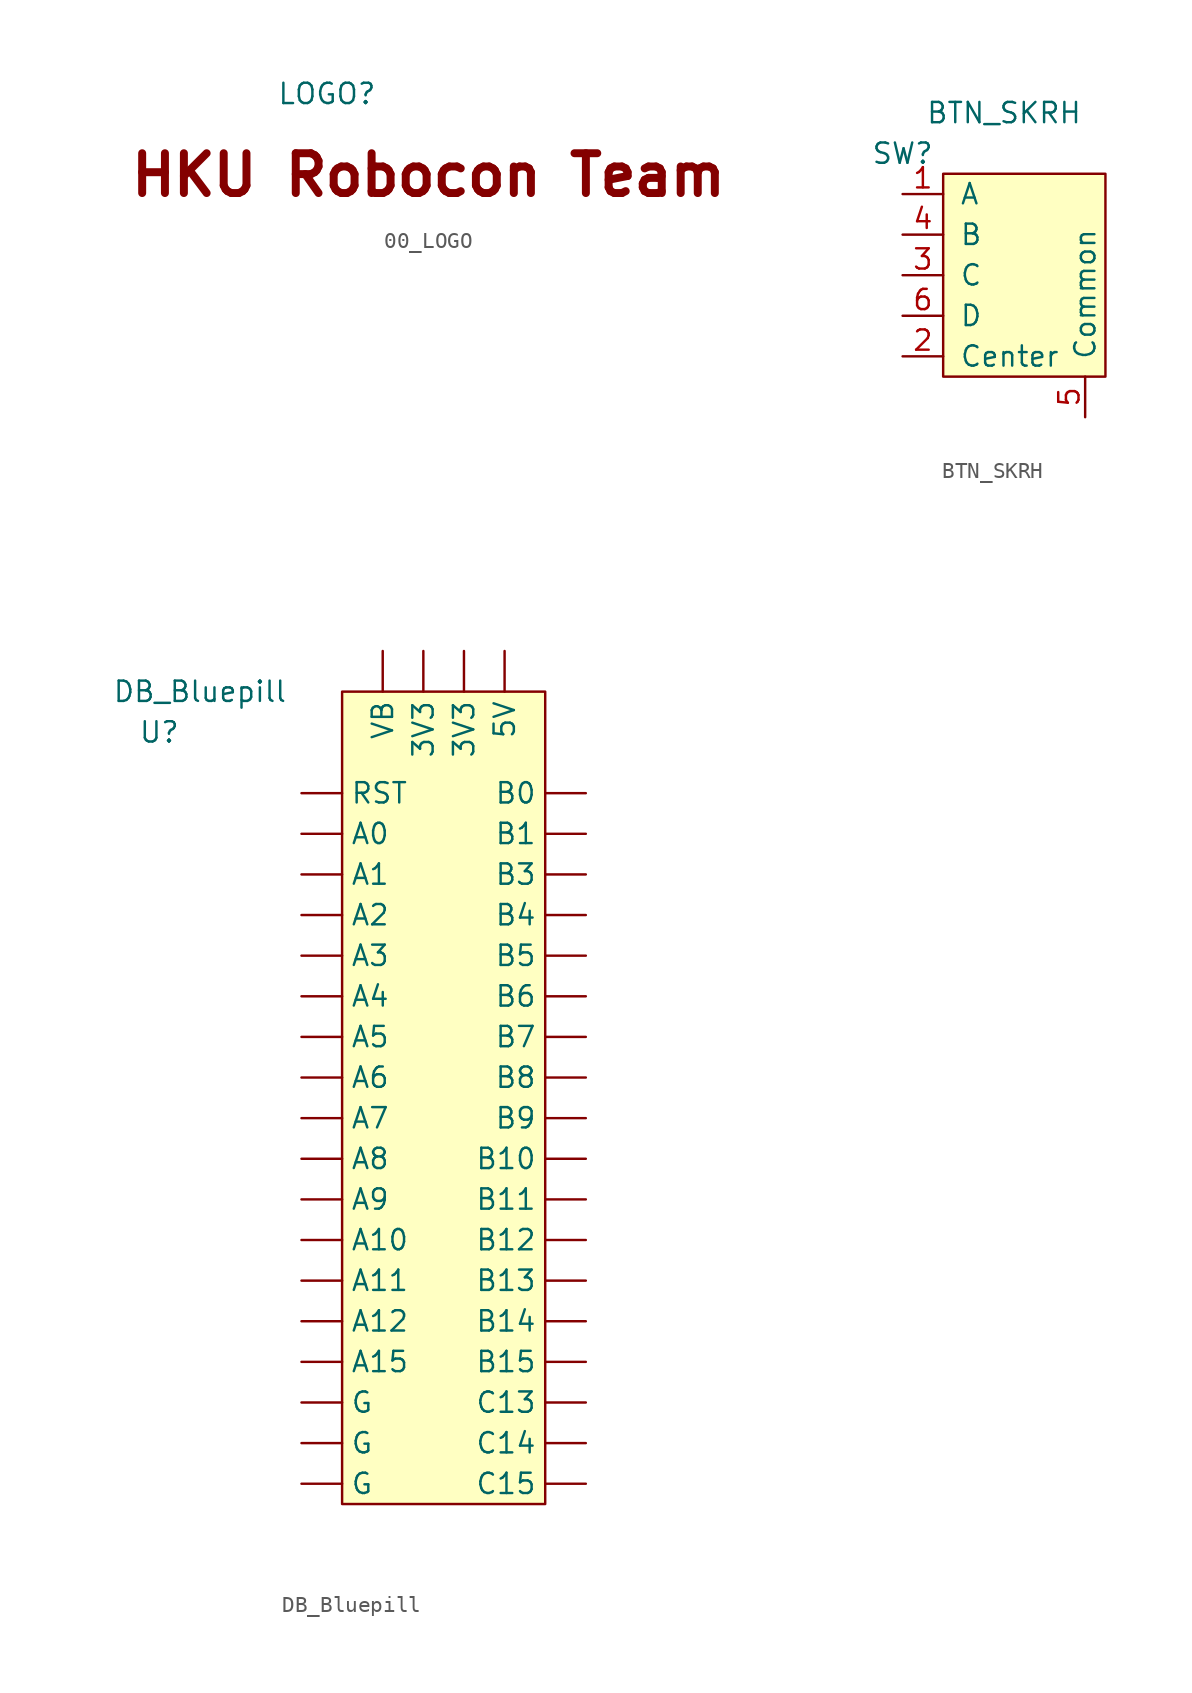
<source format=kicad_sym>
(kicad_symbol_lib
  (version 20211014)
  (generator kicad_symbol_editor)
  (symbol "00_LOGO"
    (pin_names
      (offset 1.016))
    (property "Reference" "LOGO"
      (at 0 0 0)
      (effects (font (size 1.27 1.27))))
    (symbol "00_LOGO_0_0"
      (text "HKU Robocon Team" (at 6.35 -5.08 0) (effects (font (size 2.489 2.489) bold)))))
  (symbol "BTN_SKRH"
    (pin_names
      (offset 1.016))
    (property "Reference" "SW"
      (at 0 0 0)
      (effects (font (size 1.27 1.27))))
    (property "Value" "BTN_SKRH"
      (at 6.35 2.54 0)
      (effects (font (size 1.27 1.27))))
    (symbol "BTN_SKRH_0_1"
      (rectangle (start 2.54 -1.27) (end 12.7 -13.97) (stroke (width 0) (type default) (color 0 0 0 0)) (fill (type background))))
    (symbol "BTN_SKRH_1_1"
      (pin output line (at 0 -2.54 0) (length 2.54) (name "A" (effects (font (size 1.27 1.27)))) (number "1" (effects (font (size 1.27 1.27)))))
      (pin output line (at 0 -12.7 0) (length 2.54) (name "Center" (effects (font (size 1.27 1.27)))) (number "2" (effects (font (size 1.27 1.27)))))
      (pin output line (at 0 -7.62 0) (length 2.54) (name "C" (effects (font (size 1.27 1.27)))) (number "3" (effects (font (size 1.27 1.27)))))
      (pin output line (at 0 -5.08 0) (length 2.54) (name "B" (effects (font (size 1.27 1.27)))) (number "4" (effects (font (size 1.27 1.27)))))
      (pin power_in line (at 11.43 -16.51 90) (length 2.54) (name "Common" (effects (font (size 1.27 1.27)))) (number "5" (effects (font (size 1.27 1.27)))))
      (pin output line (at 0 -10.16 0) (length 2.54) (name "D" (effects (font (size 1.27 1.27)))) (number "6" (effects (font (size 1.27 1.27)))))))
  (symbol "DB_Bluepill"
    (pin_numbers hide)
    (property "Reference" "U"
      (at -8.89 3.81 0)
      (effects (font (size 1.27 1.27))))
    (property "Value" "DB_Bluepill"
      (at -6.35 6.35 0)
      (effects (font (size 1.27 1.27))))
    (symbol "DB_Bluepill_0_0"
      (pin bidirectional line (at 17.78 -27.94 180) (length 2.54) (name "B12" (effects (font (size 1.27 1.27)))) (number "1" (effects (font (size 1.27 1.27)))))
      (pin bidirectional line (at 0 -35.56 0) (length 2.54) (name "A15" (effects (font (size 1.27 1.27)))) (number "10" (effects (font (size 1.27 1.27)))))
      (pin bidirectional line (at 17.78 -5.08 180) (length 2.54) (name "B3" (effects (font (size 1.27 1.27)))) (number "11" (effects (font (size 1.27 1.27)))))
      (pin bidirectional line (at 17.78 -7.62 180) (length 2.54) (name "B4" (effects (font (size 1.27 1.27)))) (number "12" (effects (font (size 1.27 1.27)))))
      (pin bidirectional line (at 17.78 -10.16 180) (length 2.54) (name "B5" (effects (font (size 1.27 1.27)))) (number "13" (effects (font (size 1.27 1.27)))))
      (pin bidirectional line (at 17.78 -12.7 180) (length 2.54) (name "B6" (effects (font (size 1.27 1.27)))) (number "14" (effects (font (size 1.27 1.27)))))
      (pin bidirectional line (at 17.78 -15.24 180) (length 2.54) (name "B7" (effects (font (size 1.27 1.27)))) (number "15" (effects (font (size 1.27 1.27)))))
      (pin bidirectional line (at 17.78 -17.78 180) (length 2.54) (name "B8" (effects (font (size 1.27 1.27)))) (number "16" (effects (font (size 1.27 1.27)))))
      (pin bidirectional line (at 17.78 -20.32 180) (length 2.54) (name "B9" (effects (font (size 1.27 1.27)))) (number "17" (effects (font (size 1.27 1.27)))))
      (pin power_in line (at 12.7 8.89 270) (length 2.54) (name "5V" (effects (font (size 1.27 1.27)))) (number "18" (effects (font (size 1.27 1.27)))))
      (pin power_in line (at 0 -40.64 0) (length 2.54) (name "G" (effects (font (size 1.27 1.27)))) (number "19" (effects (font (size 1.27 1.27)))))
      (pin bidirectional line (at 17.78 -30.48 180) (length 2.54) (name "B13" (effects (font (size 1.27 1.27)))) (number "2" (effects (font (size 1.27 1.27)))))
      (pin power_in line (at 10.16 8.89 270) (length 2.54) (name "3V3" (effects (font (size 1.27 1.27)))) (number "20" (effects (font (size 1.27 1.27)))))
      (pin bidirectional line (at 17.78 -33.02 180) (length 2.54) (name "B14" (effects (font (size 1.27 1.27)))) (number "3" (effects (font (size 1.27 1.27)))))
      (pin bidirectional line (at 17.78 -35.56 180) (length 2.54) (name "B15" (effects (font (size 1.27 1.27)))) (number "4" (effects (font (size 1.27 1.27)))))
      (pin bidirectional line (at 0 -22.86 0) (length 2.54) (name "A8" (effects (font (size 1.27 1.27)))) (number "5" (effects (font (size 1.27 1.27)))))
      (pin bidirectional line (at 0 -25.4 0) (length 2.54) (name "A9" (effects (font (size 1.27 1.27)))) (number "6" (effects (font (size 1.27 1.27)))))
      (pin bidirectional line (at 0 -27.94 0) (length 2.54) (name "A10" (effects (font (size 1.27 1.27)))) (number "7" (effects (font (size 1.27 1.27)))))
      (pin bidirectional line (at 0 -30.48 0) (length 2.54) (name "A11" (effects (font (size 1.27 1.27)))) (number "8" (effects (font (size 1.27 1.27)))))
      (pin bidirectional line (at 0 -33.02 0) (length 2.54) (name "A12" (effects (font (size 1.27 1.27)))) (number "9" (effects (font (size 1.27 1.27))))))
    (symbol "DB_Bluepill_0_1"
      (polyline (pts (xy 2.54 6.35) (xy 15.24 6.35) (xy 15.24 -44.45) (xy 2.54 -44.45) (xy 2.54 6.35)) (stroke (width 0) (type default) (color 0 0 0 0)) (fill (type background))))
    (symbol "DB_Bluepill_1_1"
      (pin power_in line (at 5.08 8.89 270) (length 2.54) (name "VB" (effects (font (size 1.27 1.27)))) (number "21" (effects (font (size 1.27 1.27)))))
      (pin bidirectional line (at 17.78 -38.1 180) (length 2.54) (name "C13" (effects (font (size 1.27 1.27)))) (number "22" (effects (font (size 1.27 1.27)))))
      (pin bidirectional line (at 17.78 -40.64 180) (length 2.54) (name "C14" (effects (font (size 1.27 1.27)))) (number "23" (effects (font (size 1.27 1.27)))))
      (pin bidirectional line (at 17.78 -43.18 180) (length 2.54) (name "C15" (effects (font (size 1.27 1.27)))) (number "24" (effects (font (size 1.27 1.27)))))
      (pin bidirectional line (at 0 -2.54 0) (length 2.54) (name "A0" (effects (font (size 1.27 1.27)))) (number "25" (effects (font (size 1.27 1.27)))))
      (pin bidirectional line (at 0 -5.08 0) (length 2.54) (name "A1" (effects (font (size 1.27 1.27)))) (number "26" (effects (font (size 1.27 1.27)))))
      (pin bidirectional line (at 0 -7.62 0) (length 2.54) (name "A2" (effects (font (size 1.27 1.27)))) (number "27" (effects (font (size 1.27 1.27)))))
      (pin bidirectional line (at 0 -10.16 0) (length 2.54) (name "A3" (effects (font (size 1.27 1.27)))) (number "28" (effects (font (size 1.27 1.27)))))
      (pin bidirectional line (at 0 -12.7 0) (length 2.54) (name "A4" (effects (font (size 1.27 1.27)))) (number "29" (effects (font (size 1.27 1.27)))))
      (pin bidirectional line (at 0 -15.24 0) (length 2.54) (name "A5" (effects (font (size 1.27 1.27)))) (number "30" (effects (font (size 1.27 1.27)))))
      (pin bidirectional line (at 0 -17.78 0) (length 2.54) (name "A6" (effects (font (size 1.27 1.27)))) (number "31" (effects (font (size 1.27 1.27)))))
      (pin bidirectional line (at 0 -20.32 0) (length 2.54) (name "A7" (effects (font (size 1.27 1.27)))) (number "32" (effects (font (size 1.27 1.27)))))
      (pin bidirectional line (at 17.78 0 180) (length 2.54) (name "B0" (effects (font (size 1.27 1.27)))) (number "33" (effects (font (size 1.27 1.27)))))
      (pin bidirectional line (at 17.78 -2.54 180) (length 2.54) (name "B1" (effects (font (size 1.27 1.27)))) (number "34" (effects (font (size 1.27 1.27)))))
      (pin bidirectional line (at 17.78 -22.86 180) (length 2.54) (name "B10" (effects (font (size 1.27 1.27)))) (number "35" (effects (font (size 1.27 1.27)))))
      (pin bidirectional line (at 17.78 -25.4 180) (length 2.54) (name "B11" (effects (font (size 1.27 1.27)))) (number "36" (effects (font (size 1.27 1.27)))))
      (pin input line (at 0 0 0) (length 2.54) (name "RST" (effects (font (size 1.27 1.27)))) (number "37" (effects (font (size 1.27 1.27)))))
      (pin power_in line (at 7.62 8.89 270) (length 2.54) (name "3V3" (effects (font (size 1.27 1.27)))) (number "38" (effects (font (size 1.27 1.27)))))
      (pin power_in line (at 0 -43.18 0) (length 2.54) (name "G" (effects (font (size 1.27 1.27)))) (number "39" (effects (font (size 1.27 1.27)))))
      (pin power_in line (at 0 -38.1 0) (length 2.54) (name "G" (effects (font (size 1.27 1.27)))) (number "40" (effects (font (size 1.27 1.27))))))))
</source>
